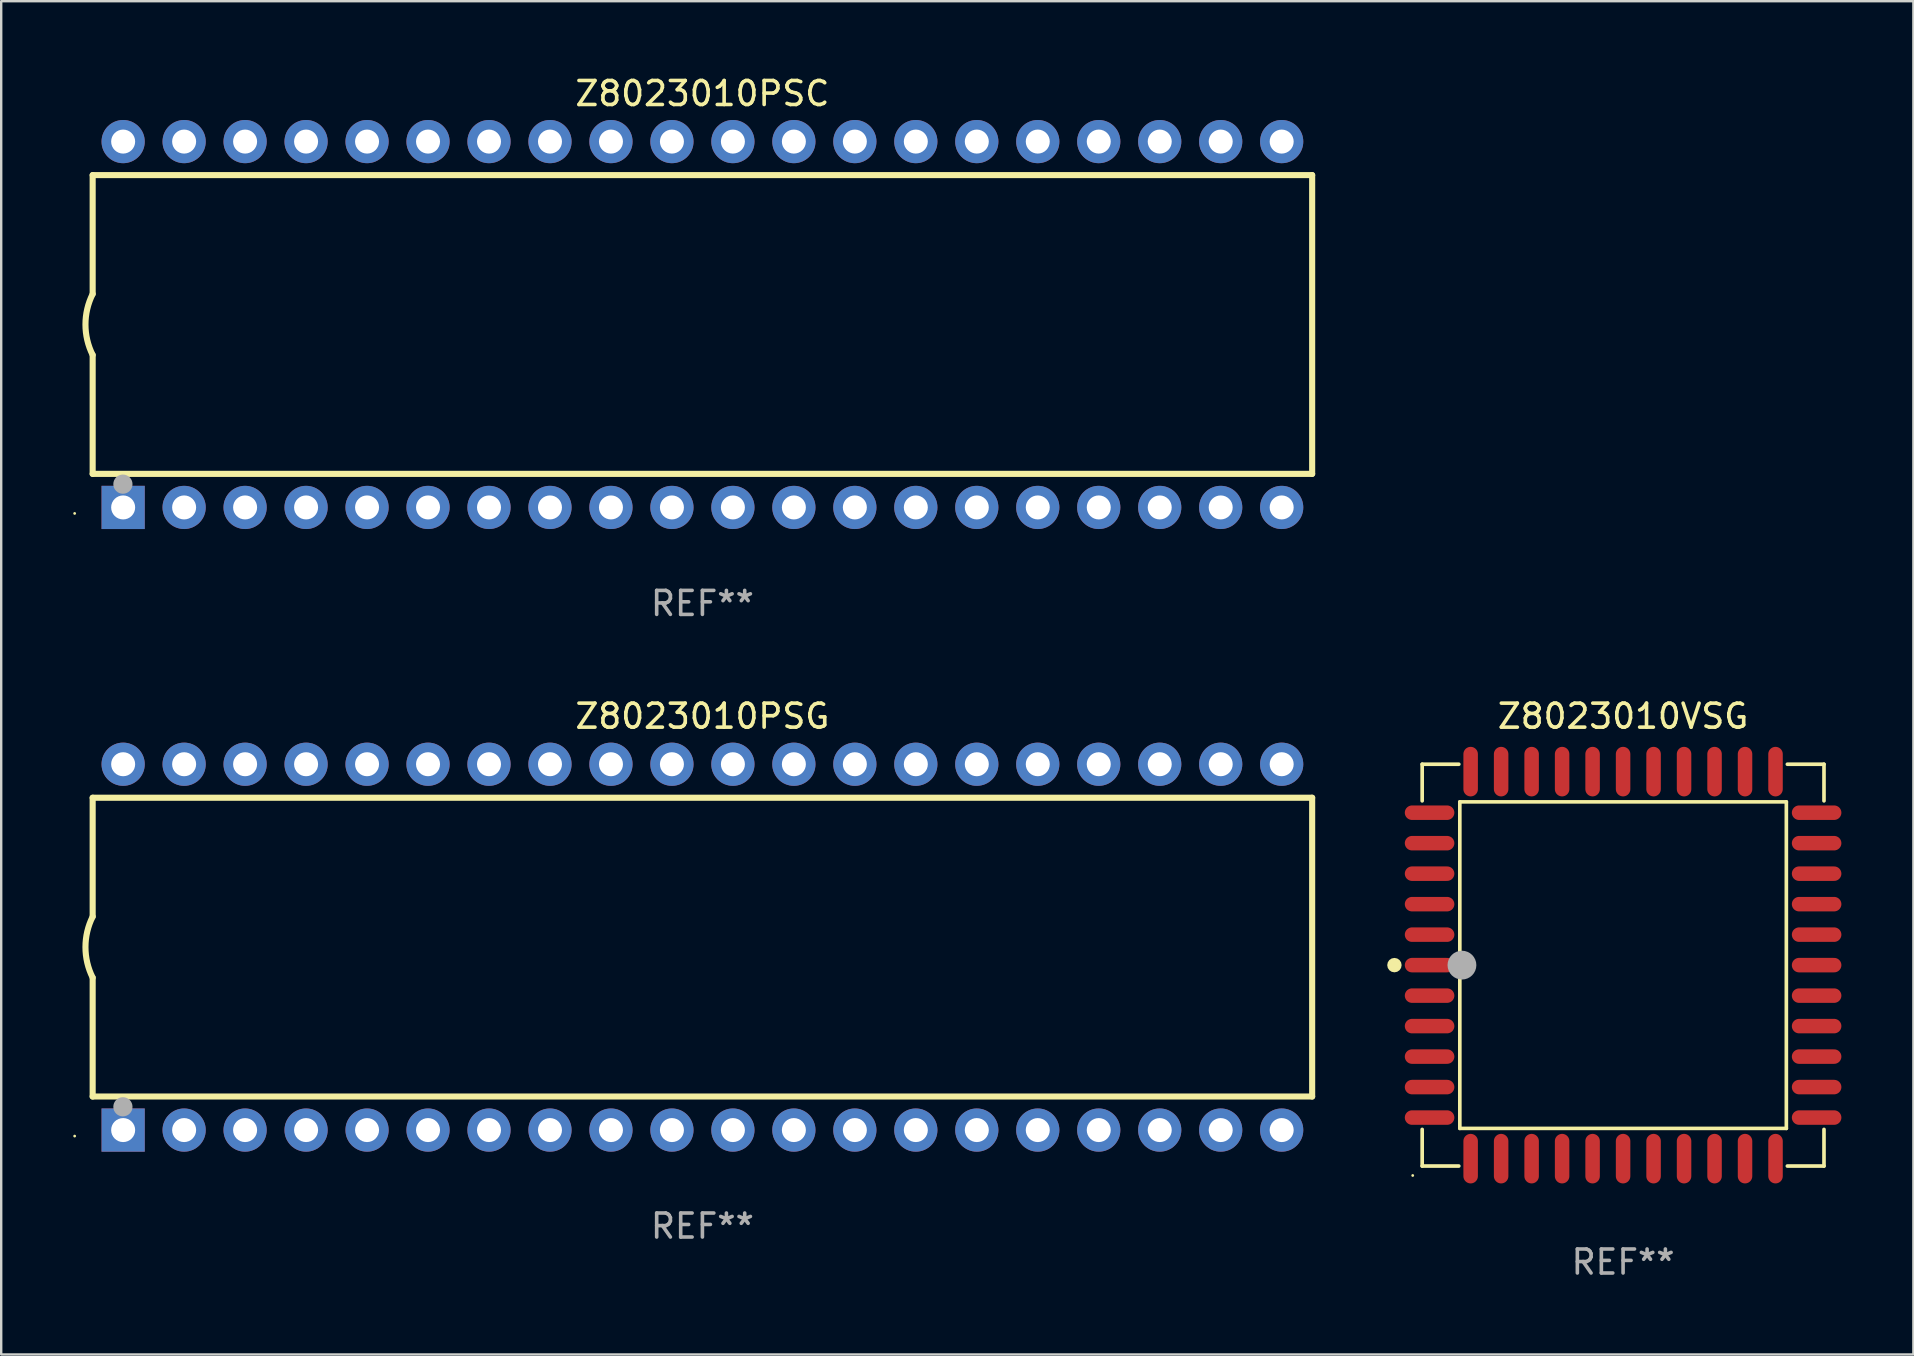
<source format=kicad_pcb>
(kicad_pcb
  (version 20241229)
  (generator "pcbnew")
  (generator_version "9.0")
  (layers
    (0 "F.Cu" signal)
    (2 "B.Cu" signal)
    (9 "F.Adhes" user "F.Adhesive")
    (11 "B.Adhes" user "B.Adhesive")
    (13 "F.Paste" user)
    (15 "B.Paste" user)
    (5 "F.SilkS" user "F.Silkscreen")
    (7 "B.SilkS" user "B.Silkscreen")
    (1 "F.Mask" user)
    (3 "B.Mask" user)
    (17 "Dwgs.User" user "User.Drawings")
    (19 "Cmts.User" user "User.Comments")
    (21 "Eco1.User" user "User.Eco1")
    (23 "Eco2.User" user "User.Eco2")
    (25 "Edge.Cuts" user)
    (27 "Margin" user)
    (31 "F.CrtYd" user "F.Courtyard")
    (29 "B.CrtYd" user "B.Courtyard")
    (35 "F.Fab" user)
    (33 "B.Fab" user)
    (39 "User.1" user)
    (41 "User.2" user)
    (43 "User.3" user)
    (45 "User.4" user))
  (footprint "Z8023010PSC"
    (layer "F.Cu")
    (at 26.21 10.468)
    (property "Reference" "Z8023010PSC" (at 0 -9.62 0) (layer "F.SilkS") (effects (font (size 1 1) (thickness 0.15))))
    (attr through_hole)
    (fp_line (start -25.4 -6.224) (end -25.4 -1.271) (stroke (width 0.254) (type solid)) (layer "F.SilkS"))
    (fp_line (start -25.4 -6.224) (end 25.4 -6.224) (stroke (width 0.254) (type solid)) (layer "F.SilkS"))
    (fp_line (start -25.4 1.269) (end -25.4 6.222) (stroke (width 0.254) (type solid)) (layer "F.SilkS"))
    (fp_line (start -25.4 6.222) (end 25.4 6.222) (stroke (width 0.254) (type solid)) (layer "F.SilkS"))
    (fp_line (start 25.4 6.222) (end 25.4 -6.224) (stroke (width 0.254) (type solid)) (layer "F.SilkS"))
    (fp_arc (start -25.4 1.269241) (mid -25.699807 -0.000762) (end -25.4 -1.270765) (stroke (width 0.254001) (type solid)) (layer "F.SilkS"))
    (fp_circle (center -26.15 7.87) (end -26.12 7.87) (stroke (width 0.06) (type solid)) (fill no) (layer "F.SilkS"))
    (fp_circle (center -24.14 6.65) (end -23.94 6.65) (stroke (width 0.4) (type solid)) (fill no) (layer "F.Fab"))
    (fp_text user "REF**" (at 0 11.62 0) (layer "F.Fab") (effects (font (size 1 1) (thickness 0.15))))
    (pad "1" thru_hole rect (at -24.13 7.62 90) (size 1.8 1.8) (drill 1) (layers "*.Cu" "*.Mask"))
    (pad "2" thru_hole circle (at -21.59 7.62) (size 1.8 1.8) (drill 1) (layers "*.Cu" "*.Mask"))
    (pad "3" thru_hole circle (at -19.05 7.62) (size 1.8 1.8) (drill 1) (layers "*.Cu" "*.Mask"))
    (pad "4" thru_hole circle (at -16.51 7.62) (size 1.8 1.8) (drill 1) (layers "*.Cu" "*.Mask"))
    (pad "5" thru_hole circle (at -13.97 7.62) (size 1.8 1.8) (drill 1) (layers "*.Cu" "*.Mask"))
    (pad "6" thru_hole circle (at -11.43 7.62) (size 1.8 1.8) (drill 1) (layers "*.Cu" "*.Mask"))
    (pad "7" thru_hole circle (at -8.89 7.62) (size 1.8 1.8) (drill 1) (layers "*.Cu" "*.Mask"))
    (pad "8" thru_hole circle (at -6.35 7.62) (size 1.8 1.8) (drill 1) (layers "*.Cu" "*.Mask"))
    (pad "9" thru_hole circle (at -3.81 7.62) (size 1.8 1.8) (drill 1) (layers "*.Cu" "*.Mask"))
    (pad "10" thru_hole circle (at -1.27 7.62) (size 1.8 1.8) (drill 1) (layers "*.Cu" "*.Mask"))
    (pad "11" thru_hole circle (at 1.27 7.62) (size 1.8 1.8) (drill 1) (layers "*.Cu" "*.Mask"))
    (pad "12" thru_hole circle (at 3.81 7.62) (size 1.8 1.8) (drill 1) (layers "*.Cu" "*.Mask"))
    (pad "13" thru_hole circle (at 6.35 7.62) (size 1.8 1.8) (drill 1) (layers "*.Cu" "*.Mask"))
    (pad "14" thru_hole circle (at 8.89 7.62) (size 1.8 1.8) (drill 1) (layers "*.Cu" "*.Mask"))
    (pad "15" thru_hole circle (at 11.43 7.62) (size 1.8 1.8) (drill 1) (layers "*.Cu" "*.Mask"))
    (pad "16" thru_hole circle (at 13.97 7.62) (size 1.8 1.8) (drill 1) (layers "*.Cu" "*.Mask"))
    (pad "17" thru_hole circle (at 16.51 7.62) (size 1.8 1.8) (drill 1) (layers "*.Cu" "*.Mask"))
    (pad "18" thru_hole circle (at 19.05 7.62) (size 1.8 1.8) (drill 1) (layers "*.Cu" "*.Mask"))
    (pad "19" thru_hole circle (at 21.59 7.62) (size 1.8 1.8) (drill 1) (layers "*.Cu" "*.Mask"))
    (pad "20" thru_hole circle (at 24.13 7.62) (size 1.8 1.8) (drill 1) (layers "*.Cu" "*.Mask"))
    (pad "21" thru_hole circle (at 24.13 -7.62) (size 1.8 1.8) (drill 1) (layers "*.Cu" "*.Mask"))
    (pad "22" thru_hole circle (at 21.59 -7.62) (size 1.8 1.8) (drill 1) (layers "*.Cu" "*.Mask"))
    (pad "23" thru_hole circle (at 19.05 -7.62) (size 1.8 1.8) (drill 1) (layers "*.Cu" "*.Mask"))
    (pad "24" thru_hole circle (at 16.51 -7.62) (size 1.8 1.8) (drill 1) (layers "*.Cu" "*.Mask"))
    (pad "25" thru_hole circle (at 13.97 -7.62) (size 1.8 1.8) (drill 1) (layers "*.Cu" "*.Mask"))
    (pad "26" thru_hole circle (at 11.43 -7.62) (size 1.8 1.8) (drill 1) (layers "*.Cu" "*.Mask"))
    (pad "27" thru_hole circle (at 8.89 -7.62) (size 1.8 1.8) (drill 1) (layers "*.Cu" "*.Mask"))
    (pad "28" thru_hole circle (at 6.35 -7.62) (size 1.8 1.8) (drill 1) (layers "*.Cu" "*.Mask"))
    (pad "29" thru_hole circle (at 3.81 -7.62) (size 1.8 1.8) (drill 1) (layers "*.Cu" "*.Mask"))
    (pad "30" thru_hole circle (at 1.27 -7.62) (size 1.8 1.8) (drill 1) (layers "*.Cu" "*.Mask"))
    (pad "31" thru_hole circle (at -1.27 -7.62) (size 1.8 1.8) (drill 1) (layers "*.Cu" "*.Mask"))
    (pad "32" thru_hole circle (at -3.81 -7.62) (size 1.8 1.8) (drill 1) (layers "*.Cu" "*.Mask"))
    (pad "33" thru_hole circle (at -6.35 -7.62) (size 1.8 1.8) (drill 1) (layers "*.Cu" "*.Mask"))
    (pad "34" thru_hole circle (at -8.89 -7.62) (size 1.8 1.8) (drill 1) (layers "*.Cu" "*.Mask"))
    (pad "35" thru_hole circle (at -11.43 -7.62) (size 1.8 1.8) (drill 1) (layers "*.Cu" "*.Mask"))
    (pad "36" thru_hole circle (at -13.97 -7.62) (size 1.8 1.8) (drill 1) (layers "*.Cu" "*.Mask"))
    (pad "37" thru_hole circle (at -16.51 -7.62) (size 1.8 1.8) (drill 1) (layers "*.Cu" "*.Mask"))
    (pad "38" thru_hole circle (at -19.05 -7.62) (size 1.8 1.8) (drill 1) (layers "*.Cu" "*.Mask"))
    (pad "39" thru_hole circle (at -21.59 -7.62) (size 1.8 1.8) (drill 1) (layers "*.Cu" "*.Mask"))
    (pad "40" thru_hole circle (at -24.13 -7.62) (size 1.8 1.8) (drill 1) (layers "*.Cu" "*.Mask")))
  (footprint "Z8023010PSG"
    (layer "F.Cu")
    (at 26.21 36.405)
    (property "Reference" "Z8023010PSG" (at 0 -9.62 0) (layer "F.SilkS") (effects (font (size 1 1) (thickness 0.15))))
    (attr through_hole)
    (fp_line (start -25.4 -6.224) (end -25.4 -1.271) (stroke (width 0.254) (type solid)) (layer "F.SilkS"))
    (fp_line (start -25.4 -6.224) (end 25.4 -6.224) (stroke (width 0.254) (type solid)) (layer "F.SilkS"))
    (fp_line (start -25.4 1.269) (end -25.4 6.222) (stroke (width 0.254) (type solid)) (layer "F.SilkS"))
    (fp_line (start -25.4 6.222) (end 25.4 6.222) (stroke (width 0.254) (type solid)) (layer "F.SilkS"))
    (fp_line (start 25.4 6.222) (end 25.4 -6.224) (stroke (width 0.254) (type solid)) (layer "F.SilkS"))
    (fp_arc (start -25.4 1.269241) (mid -25.699807 -0.000762) (end -25.4 -1.270765) (stroke (width 0.254001) (type solid)) (layer "F.SilkS"))
    (fp_circle (center -26.15 7.87) (end -26.12 7.87) (stroke (width 0.06) (type solid)) (fill no) (layer "F.SilkS"))
    (fp_circle (center -24.14 6.65) (end -23.94 6.65) (stroke (width 0.4) (type solid)) (fill no) (layer "F.Fab"))
    (fp_text user "REF**" (at 0 11.62 0) (layer "F.Fab") (effects (font (size 1 1) (thickness 0.15))))
    (pad "1" thru_hole rect (at -24.13 7.62 90) (size 1.8 1.8) (drill 1) (layers "*.Cu" "*.Mask"))
    (pad "2" thru_hole circle (at -21.59 7.62) (size 1.8 1.8) (drill 1) (layers "*.Cu" "*.Mask"))
    (pad "3" thru_hole circle (at -19.05 7.62) (size 1.8 1.8) (drill 1) (layers "*.Cu" "*.Mask"))
    (pad "4" thru_hole circle (at -16.51 7.62) (size 1.8 1.8) (drill 1) (layers "*.Cu" "*.Mask"))
    (pad "5" thru_hole circle (at -13.97 7.62) (size 1.8 1.8) (drill 1) (layers "*.Cu" "*.Mask"))
    (pad "6" thru_hole circle (at -11.43 7.62) (size 1.8 1.8) (drill 1) (layers "*.Cu" "*.Mask"))
    (pad "7" thru_hole circle (at -8.89 7.62) (size 1.8 1.8) (drill 1) (layers "*.Cu" "*.Mask"))
    (pad "8" thru_hole circle (at -6.35 7.62) (size 1.8 1.8) (drill 1) (layers "*.Cu" "*.Mask"))
    (pad "9" thru_hole circle (at -3.81 7.62) (size 1.8 1.8) (drill 1) (layers "*.Cu" "*.Mask"))
    (pad "10" thru_hole circle (at -1.27 7.62) (size 1.8 1.8) (drill 1) (layers "*.Cu" "*.Mask"))
    (pad "11" thru_hole circle (at 1.27 7.62) (size 1.8 1.8) (drill 1) (layers "*.Cu" "*.Mask"))
    (pad "12" thru_hole circle (at 3.81 7.62) (size 1.8 1.8) (drill 1) (layers "*.Cu" "*.Mask"))
    (pad "13" thru_hole circle (at 6.35 7.62) (size 1.8 1.8) (drill 1) (layers "*.Cu" "*.Mask"))
    (pad "14" thru_hole circle (at 8.89 7.62) (size 1.8 1.8) (drill 1) (layers "*.Cu" "*.Mask"))
    (pad "15" thru_hole circle (at 11.43 7.62) (size 1.8 1.8) (drill 1) (layers "*.Cu" "*.Mask"))
    (pad "16" thru_hole circle (at 13.97 7.62) (size 1.8 1.8) (drill 1) (layers "*.Cu" "*.Mask"))
    (pad "17" thru_hole circle (at 16.51 7.62) (size 1.8 1.8) (drill 1) (layers "*.Cu" "*.Mask"))
    (pad "18" thru_hole circle (at 19.05 7.62) (size 1.8 1.8) (drill 1) (layers "*.Cu" "*.Mask"))
    (pad "19" thru_hole circle (at 21.59 7.62) (size 1.8 1.8) (drill 1) (layers "*.Cu" "*.Mask"))
    (pad "20" thru_hole circle (at 24.13 7.62) (size 1.8 1.8) (drill 1) (layers "*.Cu" "*.Mask"))
    (pad "21" thru_hole circle (at 24.13 -7.62) (size 1.8 1.8) (drill 1) (layers "*.Cu" "*.Mask"))
    (pad "22" thru_hole circle (at 21.59 -7.62) (size 1.8 1.8) (drill 1) (layers "*.Cu" "*.Mask"))
    (pad "23" thru_hole circle (at 19.05 -7.62) (size 1.8 1.8) (drill 1) (layers "*.Cu" "*.Mask"))
    (pad "24" thru_hole circle (at 16.51 -7.62) (size 1.8 1.8) (drill 1) (layers "*.Cu" "*.Mask"))
    (pad "25" thru_hole circle (at 13.97 -7.62) (size 1.8 1.8) (drill 1) (layers "*.Cu" "*.Mask"))
    (pad "26" thru_hole circle (at 11.43 -7.62) (size 1.8 1.8) (drill 1) (layers "*.Cu" "*.Mask"))
    (pad "27" thru_hole circle (at 8.89 -7.62) (size 1.8 1.8) (drill 1) (layers "*.Cu" "*.Mask"))
    (pad "28" thru_hole circle (at 6.35 -7.62) (size 1.8 1.8) (drill 1) (layers "*.Cu" "*.Mask"))
    (pad "29" thru_hole circle (at 3.81 -7.62) (size 1.8 1.8) (drill 1) (layers "*.Cu" "*.Mask"))
    (pad "30" thru_hole circle (at 1.27 -7.62) (size 1.8 1.8) (drill 1) (layers "*.Cu" "*.Mask"))
    (pad "31" thru_hole circle (at -1.27 -7.62) (size 1.8 1.8) (drill 1) (layers "*.Cu" "*.Mask"))
    (pad "32" thru_hole circle (at -3.81 -7.62) (size 1.8 1.8) (drill 1) (layers "*.Cu" "*.Mask"))
    (pad "33" thru_hole circle (at -6.35 -7.62) (size 1.8 1.8) (drill 1) (layers "*.Cu" "*.Mask"))
    (pad "34" thru_hole circle (at -8.89 -7.62) (size 1.8 1.8) (drill 1) (layers "*.Cu" "*.Mask"))
    (pad "35" thru_hole circle (at -11.43 -7.62) (size 1.8 1.8) (drill 1) (layers "*.Cu" "*.Mask"))
    (pad "36" thru_hole circle (at -13.97 -7.62) (size 1.8 1.8) (drill 1) (layers "*.Cu" "*.Mask"))
    (pad "37" thru_hole circle (at -16.51 -7.62) (size 1.8 1.8) (drill 1) (layers "*.Cu" "*.Mask"))
    (pad "38" thru_hole circle (at -19.05 -7.62) (size 1.8 1.8) (drill 1) (layers "*.Cu" "*.Mask"))
    (pad "39" thru_hole circle (at -21.59 -7.62) (size 1.8 1.8) (drill 1) (layers "*.Cu" "*.Mask"))
    (pad "40" thru_hole circle (at -24.13 -7.62) (size 1.8 1.8) (drill 1) (layers "*.Cu" "*.Mask")))
  (footprint "Z8023010VSG"
    (layer "F.Cu")
    (at 64.562 37.154)
    (property "Reference" "Z8023010VSG" (at 0 -10.369 0) (layer "F.SilkS") (effects (font (size 1 1) (thickness 0.15))))
    (attr through_hole)
    (fp_line (start -8.369 -8.369) (end -6.843 -8.369) (stroke (width 0.152) (type solid)) (layer "F.SilkS"))
    (fp_line (start -8.369 -6.843) (end -8.369 -8.369) (stroke (width 0.152) (type solid)) (layer "F.SilkS"))
    (fp_line (start -8.369 6.843) (end -8.369 8.369) (stroke (width 0.152) (type solid)) (layer "F.SilkS"))
    (fp_line (start -8.369 8.369) (end -6.843 8.369) (stroke (width 0.152) (type solid)) (layer "F.SilkS"))
    (fp_line (start -6.801 -6.801) (end 6.801 -6.801) (stroke (width 0.152) (type solid)) (layer "F.SilkS"))
    (fp_line (start -6.801 6.801) (end -6.801 -6.801) (stroke (width 0.152) (type solid)) (layer "F.SilkS"))
    (fp_line (start 6.801 -6.801) (end 6.801 6.801) (stroke (width 0.152) (type solid)) (layer "F.SilkS"))
    (fp_line (start 6.801 6.801) (end -6.801 6.801) (stroke (width 0.152) (type solid)) (layer "F.SilkS"))
    (fp_line (start 8.369 -8.369) (end 6.843 -8.369) (stroke (width 0.152) (type solid)) (layer "F.SilkS"))
    (fp_line (start 8.369 -6.843) (end 8.369 -8.369) (stroke (width 0.152) (type solid)) (layer "F.SilkS"))
    (fp_line (start 8.369 6.843) (end 8.369 8.369) (stroke (width 0.152) (type solid)) (layer "F.SilkS"))
    (fp_line (start 8.369 8.369) (end 6.843 8.369) (stroke (width 0.152) (type solid)) (layer "F.SilkS"))
    (fp_circle (center -9.525 -0.000127) (end -9.375 -0.000127) (stroke (width 0.3) (type solid)) (fill no) (layer "F.SilkS"))
    (fp_circle (center -8.763 8.763) (end -8.733 8.763) (stroke (width 0.06) (type solid)) (fill no) (layer "F.SilkS"))
    (fp_circle (center -6.712 -0.000127) (end -6.412 -0.000127) (stroke (width 0.6) (type solid)) (fill no) (layer "F.Fab"))
    (fp_text user "REF**" (at 0 12.369 0) (layer "F.Fab") (effects (font (size 1 1) (thickness 0.15))))
    (pad "1" smd oval (at -8.061 -0.000127 90) (size 0.604 2.064) (layers "F.Cu" "F.Mask" "F.Paste"))
    (pad "2" smd oval (at -8.061 1.27 90) (size 0.604 2.064) (layers "F.Cu" "F.Mask" "F.Paste"))
    (pad "3" smd oval (at -8.061 2.54 90) (size 0.604 2.064) (layers "F.Cu" "F.Mask" "F.Paste"))
    (pad "4" smd oval (at -8.061 3.81 90) (size 0.604 2.064) (layers "F.Cu" "F.Mask" "F.Paste"))
    (pad "5" smd oval (at -8.061 5.08 90) (size 0.604 2.064) (layers "F.Cu" "F.Mask" "F.Paste"))
    (pad "6" smd oval (at -8.061 6.35 90) (size 0.604 2.064) (layers "F.Cu" "F.Mask" "F.Paste"))
    (pad "7" smd oval (at -6.35 8.061 90) (size 2.064 0.604) (layers "F.Cu" "F.Mask" "F.Paste"))
    (pad "8" smd oval (at -5.08 8.061 90) (size 2.064 0.604) (layers "F.Cu" "F.Mask" "F.Paste"))
    (pad "9" smd oval (at -3.81 8.061 90) (size 2.064 0.604) (layers "F.Cu" "F.Mask" "F.Paste"))
    (pad "10" smd oval (at -2.54 8.061 90) (size 2.064 0.604) (layers "F.Cu" "F.Mask" "F.Paste"))
    (pad "11" smd oval (at -1.27 8.061 90) (size 2.064 0.604) (layers "F.Cu" "F.Mask" "F.Paste"))
    (pad "12" smd oval (at 0.000076 8.061 90) (size 2.064 0.604) (layers "F.Cu" "F.Mask" "F.Paste"))
    (pad "13" smd oval (at 1.27 8.061 90) (size 2.064 0.604) (layers "F.Cu" "F.Mask" "F.Paste"))
    (pad "14" smd oval (at 2.54 8.061 90) (size 2.064 0.604) (layers "F.Cu" "F.Mask" "F.Paste"))
    (pad "15" smd oval (at 3.81 8.061 90) (size 2.064 0.604) (layers "F.Cu" "F.Mask" "F.Paste"))
    (pad "16" smd oval (at 5.08 8.061 90) (size 2.064 0.604) (layers "F.Cu" "F.Mask" "F.Paste"))
    (pad "17" smd oval (at 6.35 8.061 90) (size 2.064 0.604) (layers "F.Cu" "F.Mask" "F.Paste"))
    (pad "18" smd oval (at 8.062 6.35 90) (size 0.604 2.064) (layers "F.Cu" "F.Mask" "F.Paste"))
    (pad "19" smd oval (at 8.062 5.08 90) (size 0.604 2.064) (layers "F.Cu" "F.Mask" "F.Paste"))
    (pad "20" smd oval (at 8.062 3.81 90) (size 0.604 2.064) (layers "F.Cu" "F.Mask" "F.Paste"))
    (pad "21" smd oval (at 8.062 2.54 90) (size 0.604 2.064) (layers "F.Cu" "F.Mask" "F.Paste"))
    (pad "22" smd oval (at 8.062 1.27 90) (size 0.604 2.064) (layers "F.Cu" "F.Mask" "F.Paste"))
    (pad "23" smd oval (at 8.062 -0.000127 90) (size 0.604 2.064) (layers "F.Cu" "F.Mask" "F.Paste"))
    (pad "24" smd oval (at 8.062 -1.27 90) (size 0.604 2.064) (layers "F.Cu" "F.Mask" "F.Paste"))
    (pad "25" smd oval (at 8.062 -2.54 90) (size 0.604 2.064) (layers "F.Cu" "F.Mask" "F.Paste"))
    (pad "26" smd oval (at 8.062 -3.81 90) (size 0.604 2.064) (layers "F.Cu" "F.Mask" "F.Paste"))
    (pad "27" smd oval (at 8.062 -5.08 90) (size 0.604 2.064) (layers "F.Cu" "F.Mask" "F.Paste"))
    (pad "28" smd oval (at 8.062 -6.35 90) (size 0.604 2.064) (layers "F.Cu" "F.Mask" "F.Paste"))
    (pad "29" smd oval (at 6.35 -8.061 90) (size 2.064 0.604) (layers "F.Cu" "F.Mask" "F.Paste"))
    (pad "30" smd oval (at 5.08 -8.061 90) (size 2.064 0.604) (layers "F.Cu" "F.Mask" "F.Paste"))
    (pad "31" smd oval (at 3.81 -8.061 90) (size 2.064 0.604) (layers "F.Cu" "F.Mask" "F.Paste"))
    (pad "32" smd oval (at 2.54 -8.061 90) (size 2.064 0.604) (layers "F.Cu" "F.Mask" "F.Paste"))
    (pad "33" smd oval (at 1.27 -8.061 90) (size 2.064 0.604) (layers "F.Cu" "F.Mask" "F.Paste"))
    (pad "34" smd oval (at 0.000076 -8.061 90) (size 2.064 0.604) (layers "F.Cu" "F.Mask" "F.Paste"))
    (pad "35" smd oval (at -1.27 -8.061 90) (size 2.064 0.604) (layers "F.Cu" "F.Mask" "F.Paste"))
    (pad "36" smd oval (at -2.54 -8.061 90) (size 2.064 0.604) (layers "F.Cu" "F.Mask" "F.Paste"))
    (pad "37" smd oval (at -3.81 -8.061 90) (size 2.064 0.604) (layers "F.Cu" "F.Mask" "F.Paste"))
    (pad "38" smd oval (at -5.08 -8.061 90) (size 2.064 0.604) (layers "F.Cu" "F.Mask" "F.Paste"))
    (pad "39" smd oval (at -6.35 -8.061 90) (size 2.064 0.604) (layers "F.Cu" "F.Mask" "F.Paste"))
    (pad "40" smd oval (at -8.061 -6.35 90) (size 0.604 2.064) (layers "F.Cu" "F.Mask" "F.Paste"))
    (pad "41" smd oval (at -8.061 -5.08 90) (size 0.604 2.064) (layers "F.Cu" "F.Mask" "F.Paste"))
    (pad "42" smd oval (at -8.061 -3.81 90) (size 0.604 2.064) (layers "F.Cu" "F.Mask" "F.Paste"))
    (pad "43" smd oval (at -8.061 -2.54 90) (size 0.604 2.064) (layers "F.Cu" "F.Mask" "F.Paste"))
    (pad "44" smd oval (at -8.061 -1.27 90) (size 0.604 2.064) (layers "F.Cu" "F.Mask" "F.Paste")))
  (gr_rect
    (start -3 -3)
    (end 76.655 53.372)
    (stroke (width 0.1) (type default))
    (fill no)
    (layer "Edge.Cuts")))
</source>
